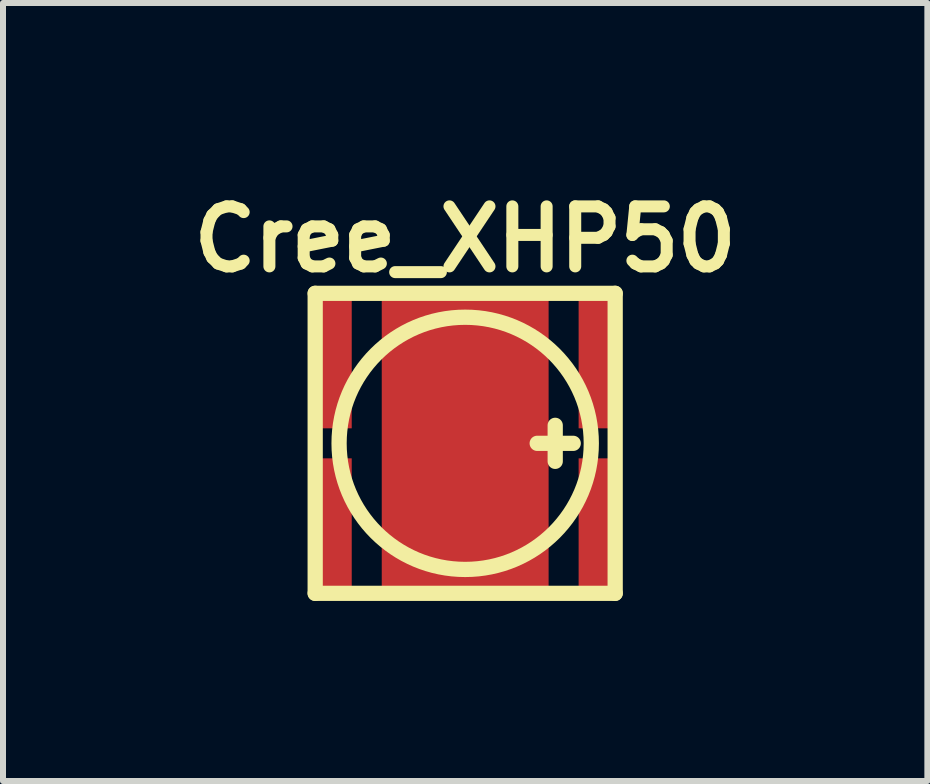
<source format=kicad_pcb>
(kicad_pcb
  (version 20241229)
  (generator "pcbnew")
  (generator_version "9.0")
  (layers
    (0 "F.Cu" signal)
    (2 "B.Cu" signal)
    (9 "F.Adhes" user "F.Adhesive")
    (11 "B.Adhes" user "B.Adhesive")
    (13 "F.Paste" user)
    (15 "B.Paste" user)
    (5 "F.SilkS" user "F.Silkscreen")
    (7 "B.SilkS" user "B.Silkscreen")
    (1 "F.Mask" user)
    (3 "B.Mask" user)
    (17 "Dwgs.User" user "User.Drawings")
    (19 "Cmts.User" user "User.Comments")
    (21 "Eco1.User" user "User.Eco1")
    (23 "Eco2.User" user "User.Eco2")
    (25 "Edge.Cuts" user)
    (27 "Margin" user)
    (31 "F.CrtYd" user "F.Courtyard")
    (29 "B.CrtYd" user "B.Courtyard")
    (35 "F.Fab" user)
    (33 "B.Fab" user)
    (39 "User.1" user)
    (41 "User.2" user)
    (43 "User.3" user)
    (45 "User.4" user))
  (footprint "Cree_XHP50"
    (layer "F.Cu")
    (at 4.7 4.336)
    (property "Reference" "Cree_XHP50" (at 0 -3.4 0) (layer "F.SilkS") (effects (font (size 1 1) (thickness 0.2))))
    (attr through_hole)
    (fp_line (start -2.499 -2.499) (end -2.499 2.499) (stroke (width 0.254) (type solid)) (layer "F.SilkS"))
    (fp_line (start -2.499 2.499) (end 2.499 2.499) (stroke (width 0.254) (type solid)) (layer "F.SilkS"))
    (fp_line (start 1.2 0) (end 1.8 0) (stroke (width 0.254) (type solid)) (layer "F.SilkS"))
    (fp_line (start 1.5 -0.3) (end 1.5 0.3) (stroke (width 0.254) (type solid)) (layer "F.SilkS"))
    (fp_line (start 2.499 -2.499) (end -2.499 -2.499) (stroke (width 0.254) (type solid)) (layer "F.SilkS"))
    (fp_line (start 2.499 2.499) (end 2.499 -2.499) (stroke (width 0.254) (type solid)) (layer "F.SilkS"))
    (fp_circle (center 0 0) (end -2.101 0) (stroke (width 0.254) (type solid)) (fill no) (layer "F.SilkS"))
    (pad "" smd rect (at -0.61 -1.575) (size 0.97 0.8) (layers "F.Paste"))
    (pad "" smd rect (at -0.61 -0.525) (size 0.97 0.8) (layers "F.Paste"))
    (pad "" smd rect (at -0.61 0.525) (size 0.97 0.8) (layers "F.Paste"))
    (pad "" smd rect (at -0.61 1.575) (size 0.97 0.8) (layers "F.Paste"))
    (pad "" smd rect (at 0.61 -1.575) (size 0.97 0.8) (layers "F.Paste"))
    (pad "" smd rect (at 0.61 -0.525) (size 0.97 0.8) (layers "F.Paste"))
    (pad "" smd rect (at 0.61 0.525) (size 0.97 0.8) (layers "F.Paste"))
    (pad "" smd rect (at 0.61 1.575) (size 0.97 0.8) (layers "F.Paste"))
    (pad "1" smd rect (at 2.14 -1.32) (size 0.5 2.14) (layers "F.Cu" "F.Mask" "F.Paste"))
    (pad "2" smd rect (at -2.14 -1.32) (size 0.5 2.14) (layers "F.Cu" "F.Mask" "F.Paste"))
    (pad "3" smd rect (at 2.14 1.32) (size 0.5 2.14) (layers "F.Cu" "F.Mask" "F.Paste"))
    (pad "4" smd rect (at -2.14 1.32) (size 0.5 2.14) (layers "F.Cu" "F.Mask" "F.Paste"))
    (pad "5" smd rect (at 0 0) (size 2.78 4.78) (layers "F.Cu" "F.Mask")))
  (gr_rect
    (start -3 -3)
    (end 12.4 9.962)
    (stroke (width 0.1) (type default))
    (fill no)
    (layer "Edge.Cuts")))
</source>
